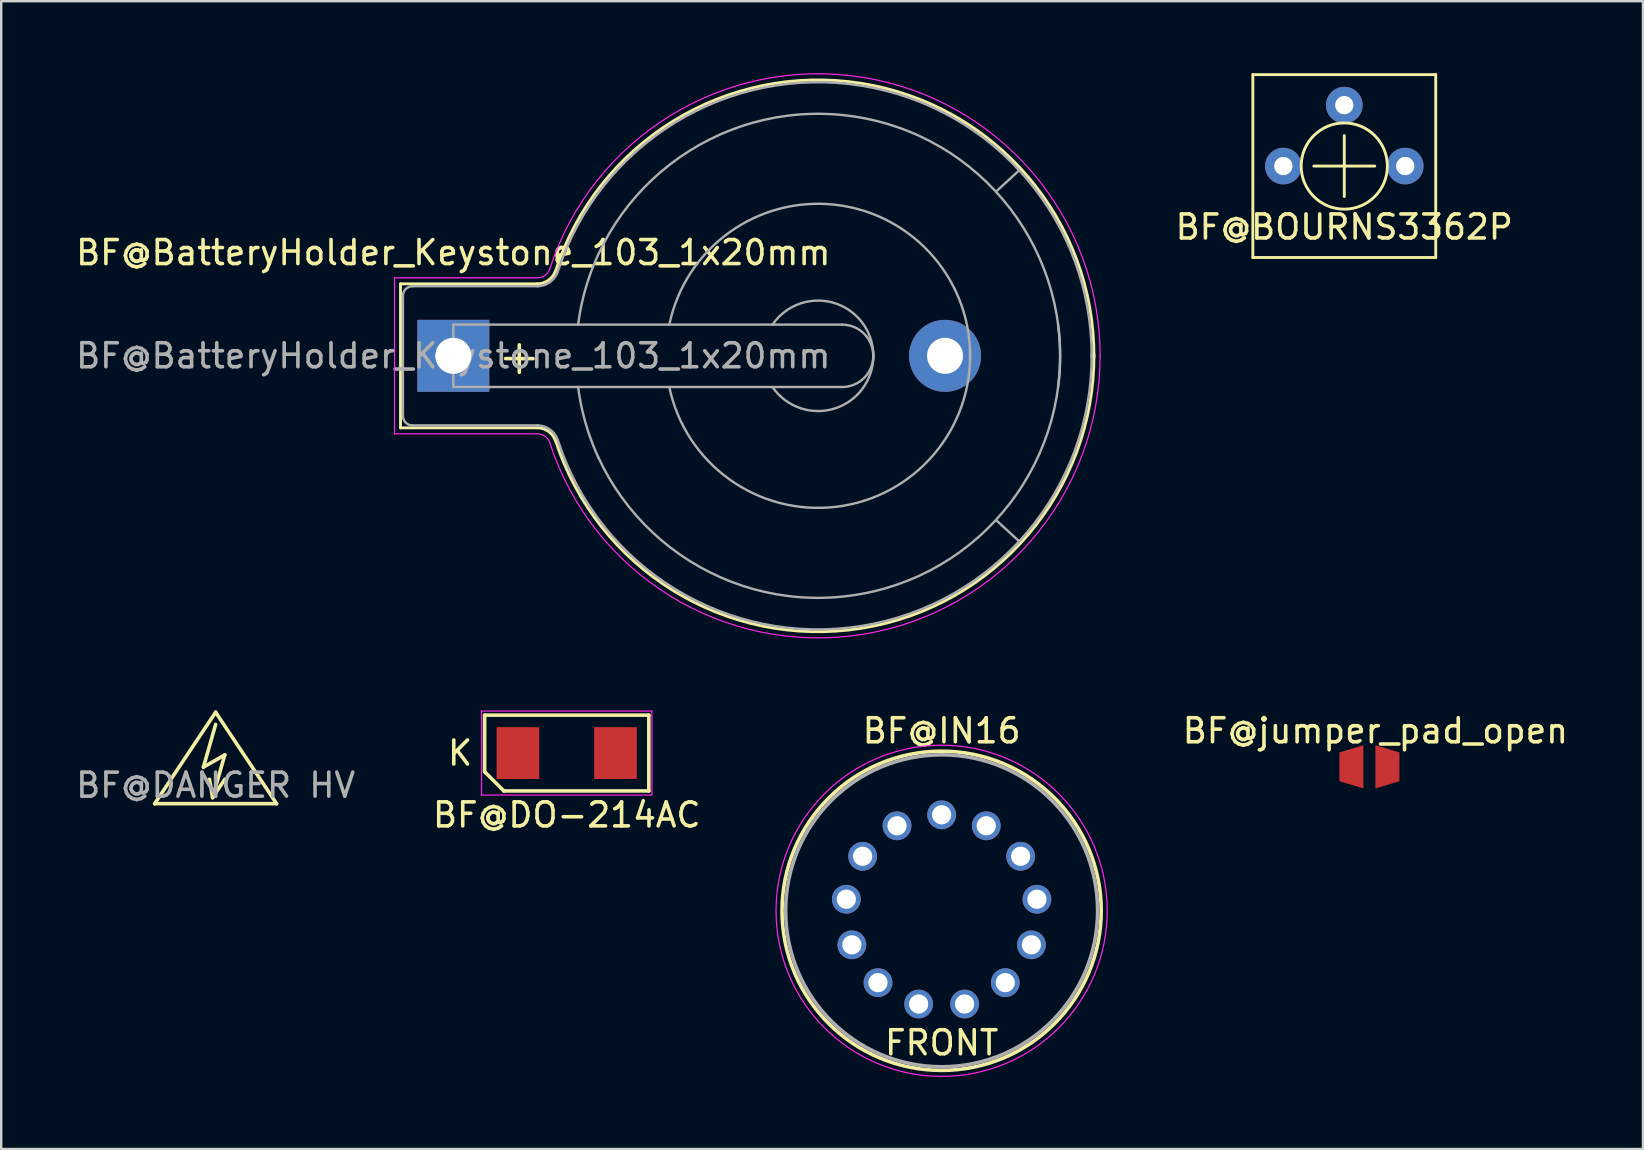
<source format=kicad_pcb>
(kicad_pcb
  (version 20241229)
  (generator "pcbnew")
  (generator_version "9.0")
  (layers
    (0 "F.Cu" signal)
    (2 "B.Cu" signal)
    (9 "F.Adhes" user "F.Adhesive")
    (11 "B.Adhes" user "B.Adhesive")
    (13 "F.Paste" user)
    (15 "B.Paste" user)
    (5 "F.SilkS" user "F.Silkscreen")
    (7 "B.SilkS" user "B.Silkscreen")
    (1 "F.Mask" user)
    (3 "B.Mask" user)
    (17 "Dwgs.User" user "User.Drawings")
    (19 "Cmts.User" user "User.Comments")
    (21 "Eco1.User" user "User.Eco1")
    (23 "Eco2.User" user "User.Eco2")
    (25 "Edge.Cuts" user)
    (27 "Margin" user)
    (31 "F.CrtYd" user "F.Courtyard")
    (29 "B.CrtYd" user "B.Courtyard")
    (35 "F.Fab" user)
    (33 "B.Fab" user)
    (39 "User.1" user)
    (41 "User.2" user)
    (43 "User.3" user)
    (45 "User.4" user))
  (footprint "BF@IN16"
    (layer "F.Cu")
    (at 36.187 34.902)
    (property "Reference" "BF@IN16" (at 0 -7.5 0) (layer "F.SilkS") (effects (font (size 1 1) (thickness 0.15))))
    (attr through_hole)
    (fp_circle (center 0 0) (end 0 6.65) (stroke (width 0.15) (type solid)) (fill no) (layer "F.SilkS"))
    (fp_circle (center 0 0) (end 0 6.9) (stroke (width 0.05) (type solid)) (fill no) (layer "F.CrtYd"))
    (fp_circle (center 0 0) (end 0 6.5) (stroke (width 0.15) (type solid)) (fill no) (layer "F.Fab"))
    (fp_text user "FRONT" (at 0 5.5 0) (layer "F.SilkS") (effects (font (size 1 1) (thickness 0.15))))
    (pad "1" thru_hole oval (at 0 -4) (size 1.2 1.2) (drill 0.8) (layers "*.Cu" "*.Mask"))
    (pad "2" thru_hole oval (at -1.859 -3.542) (size 1.2 1.2) (drill 0.8) (layers "*.Cu" "*.Mask"))
    (pad "3" thru_hole oval (at -3.292 -2.272) (size 1.2 1.2) (drill 0.8) (layers "*.Cu" "*.Mask"))
    (pad "4" thru_hole oval (at -3.971 -0.482) (size 1.2 1.2) (drill 0.8) (layers "*.Cu" "*.Mask"))
    (pad "5" thru_hole oval (at -3.74 1.418) (size 1.2 1.2) (drill 0.8) (layers "*.Cu" "*.Mask"))
    (pad "6" thru_hole oval (at -2.652 2.994) (size 1.2 1.2) (drill 0.8) (layers "*.Cu" "*.Mask"))
    (pad "7" thru_hole oval (at -0.957 3.884) (size 1.2 1.2) (drill 0.8) (layers "*.Cu" "*.Mask"))
    (pad "8" thru_hole oval (at 0.957 3.884) (size 1.2 1.2) (drill 0.8) (layers "*.Cu" "*.Mask"))
    (pad "9" thru_hole oval (at 2.652 2.994) (size 1.2 1.2) (drill 0.8) (layers "*.Cu" "*.Mask"))
    (pad "10" thru_hole oval (at 3.74 1.418) (size 1.2 1.2) (drill 0.8) (layers "*.Cu" "*.Mask"))
    (pad "11" thru_hole oval (at 3.971 -0.482) (size 1.2 1.2) (drill 0.8) (layers "*.Cu" "*.Mask"))
    (pad "12" thru_hole oval (at 3.292 -2.272) (size 1.2 1.2) (drill 0.8) (layers "*.Cu" "*.Mask"))
    (pad "13" thru_hole oval (at 1.859 -3.542) (size 1.2 1.2) (drill 0.8) (layers "*.Cu" "*.Mask")))
  (footprint "BF@DANGER HV"
    (layer "F.Cu")
    (at 5.935 29.169)
    (property "Reference" "BF@DANGER HV" (at 0 0.5 0) (layer "F.Fab") (effects (font (size 1 1) (thickness 0.15))))
    (attr through_hole)
    (fp_line (start -2.54 1.27) (end 2.54 1.27) (stroke (width 0.15) (type solid)) (layer "F.SilkS"))
    (fp_line (start -0.508 -0.254) (end 0.381 -0.762) (stroke (width 0.15) (type solid)) (layer "F.SilkS"))
    (fp_line (start -0.127 1.016) (end -0.254 0.254) (stroke (width 0.15) (type solid)) (layer "F.SilkS"))
    (fp_line (start -0.127 1.016) (end 0.381 0.254) (stroke (width 0.15) (type solid)) (layer "F.SilkS"))
    (fp_line (start 0 -2.54) (end -2.54 1.27) (stroke (width 0.15) (type solid)) (layer "F.SilkS"))
    (fp_line (start 0 -2.032) (end -0.508 -0.254) (stroke (width 0.15) (type solid)) (layer "F.SilkS"))
    (fp_line (start 0.381 -0.762) (end -0.127 1.016) (stroke (width 0.15) (type solid)) (layer "F.SilkS"))
    (fp_line (start 2.54 1.27) (end 0 -2.54) (stroke (width 0.15) (type solid)) (layer "F.SilkS")))
  (footprint "BF@BOURNS3362P"
    (layer "F.Cu")
    (at 52.965 3.87)
    (property "Reference" "BF@BOURNS3362P" (at 0 2.54 0) (layer "F.SilkS") (effects (font (size 1 1) (thickness 0.15))))
    (attr through_hole)
    (fp_line (start -3.81 -3.81) (end -3.81 3.81) (stroke (width 0.12) (type solid)) (layer "F.SilkS"))
    (fp_line (start -3.81 -3.81) (end 3.81 -3.81) (stroke (width 0.12) (type solid)) (layer "F.SilkS"))
    (fp_line (start -1.27 0) (end 1.27 0) (stroke (width 0.12) (type solid)) (layer "F.SilkS"))
    (fp_line (start 0 -1.27) (end 0 1.27) (stroke (width 0.12) (type solid)) (layer "F.SilkS"))
    (fp_line (start 3.81 3.81) (end -3.81 3.81) (stroke (width 0.12) (type solid)) (layer "F.SilkS"))
    (fp_line (start 3.81 3.81) (end 3.81 -3.81) (stroke (width 0.12) (type solid)) (layer "F.SilkS"))
    (fp_circle (center 0 0) (end 1.27 -1.27) (stroke (width 0.12) (type solid)) (fill no) (layer "F.SilkS"))
    (pad "1" thru_hole circle (at -2.54 0) (size 1.524 1.524) (drill 0.762) (layers "*.Cu" "*.Mask"))
    (pad "2" thru_hole circle (at 0 -2.54) (size 1.524 1.524) (drill 0.762) (layers "*.Cu" "*.Mask"))
    (pad "3" thru_hole circle (at 2.54 0) (size 1.524 1.524) (drill 0.762) (layers "*.Cu" "*.Mask")))
  (footprint "BF@DO-214AC"
    (layer "F.Cu")
    (at 20.565 28.329)
    (property "Reference" "BF@DO-214AC" (at 0 2.579 0) (layer "F.SilkS") (effects (font (size 1 1) (thickness 0.15))))
    (attr smd)
    (fp_line (start -3.421 -1.579) (end 3.421 -1.579) (stroke (width 0.15) (type solid)) (layer "F.SilkS"))
    (fp_line (start -3.421 0.779) (end -3.421 -1.579) (stroke (width 0.15) (type solid)) (layer "F.SilkS"))
    (fp_line (start -2.621 1.579) (end -3.421 0.779) (stroke (width 0.15) (type solid)) (layer "F.SilkS"))
    (fp_line (start 3.421 -1.579) (end 3.421 1.579) (stroke (width 0.15) (type solid)) (layer "F.SilkS"))
    (fp_line (start 3.421 1.579) (end -2.621 1.579) (stroke (width 0.15) (type solid)) (layer "F.SilkS"))
    (fp_line (start -3.55 -1.75) (end 3.55 -1.75) (stroke (width 0.05) (type solid)) (layer "F.CrtYd"))
    (fp_line (start -3.55 1.75) (end -3.55 -1.75) (stroke (width 0.05) (type solid)) (layer "F.CrtYd"))
    (fp_line (start 3.55 -1.75) (end 3.55 1.75) (stroke (width 0.05) (type solid)) (layer "F.CrtYd"))
    (fp_line (start 3.55 1.75) (end -3.55 1.75) (stroke (width 0.05) (type solid)) (layer "F.CrtYd"))
    (fp_text user "K" (at -4.445 0 0) (layer "F.SilkS") (effects (font (size 1 1) (thickness 0.15))))
    (pad "1" smd rect (at -2.032 0) (size 1.778 2.159) (layers "F.Cu" "F.Mask" "F.Paste"))
    (pad "2" smd rect (at 2.032 0) (size 1.778 2.159) (layers "F.Cu" "F.Mask" "F.Paste")))
  (footprint "BF@jumper_pad_open"
    (layer "F.Cu")
    (at 53.761 28.902)
    (property "Reference" "BF@jumper_pad_open" (at 0.5 -1.5 0) (layer "F.SilkS") (effects (font (size 1 1) (thickness 0.15))))
    (attr through_hole)
    (pad "1" smd trapezoid (at -0.5 0) (size 1 1.5) (rect_delta -0.3 0) (layers "F.Cu" "F.Mask" "F.Paste"))
    (pad "2" smd trapezoid (at 1 0) (size 1 1.5) (rect_delta 0.3 0) (layers "F.Cu" "F.Mask" "F.Paste")))
  (footprint "BF@BatteryHolder_Keystone_103_1x20mm"
    (layer "F.Cu")
    (at 15.839 11.777)
    (property "Reference" "BF@BatteryHolder_Keystone_103_1x20mm" (at 0 -4.3 0) (layer "F.SilkS") (effects (font (size 1 1) (thickness 0.15))))
    (attr through_hole)
    (fp_line (start -2.2 -3) (end 3.5 -3) (stroke (width 0.12) (type solid)) (layer "F.SilkS"))
    (fp_line (start -2.2 3) (end -2.2 -3) (stroke (width 0.12) (type solid)) (layer "F.SilkS"))
    (fp_line (start -2.2 3) (end 3.5 3) (stroke (width 0.12) (type solid)) (layer "F.SilkS"))
    (fp_arc (start 3.5 3) (mid 3.958861 3.144678) (end 4.251754 3.526384) (stroke (width 0.12) (type solid)) (layer "F.SilkS"))
    (fp_arc (start 4.25 -3.5) (mid 16.993514 -11.35499) (end 26.695671 0.045281) (stroke (width 0.12) (type solid)) (layer "F.SilkS"))
    (fp_arc (start 4.251754 -3.526384) (mid 3.958861 -3.144678) (end 3.5 -3) (stroke (width 0.12) (type solid)) (layer "F.SilkS"))
    (fp_arc (start 26.695671 -0.045281) (mid 16.993514 11.35499) (end 4.25 3.5) (stroke (width 0.12) (type solid)) (layer "F.SilkS"))
    (fp_line (start -2.45 -3.25) (end 3.5 -3.25) (stroke (width 0.05) (type solid)) (layer "F.CrtYd"))
    (fp_line (start -2.45 3.25) (end -2.45 -3.25) (stroke (width 0.05) (type solid)) (layer "F.CrtYd"))
    (fp_line (start -2.45 3.25) (end 3.5 3.25) (stroke (width 0.05) (type solid)) (layer "F.CrtYd"))
    (fp_arc (start 3.5 3.25) (mid 3.815467 3.349466) (end 4.016831 3.611889) (stroke (width 0.05) (type solid)) (layer "F.CrtYd"))
    (fp_arc (start 4.016831 -3.611889) (mid 3.815467 -3.349466) (end 3.5 -3.25) (stroke (width 0.05) (type solid)) (layer "F.CrtYd"))
    (fp_arc (start 4.016831 -3.611889) (mid 17.028202 -11.608906) (end 26.951979 0) (stroke (width 0.05) (type solid)) (layer "F.CrtYd"))
    (fp_arc (start 26.951979 0) (mid 17.028202 11.608906) (end 4.016831 3.611889) (stroke (width 0.05) (type solid)) (layer "F.CrtYd"))
    (fp_line (start -2.1 -2.5) (end -2.1 2.5) (stroke (width 0.1) (type solid)) (layer "F.Fab"))
    (fp_line (start -1.7 2.9) (end 3.531 2.9) (stroke (width 0.1) (type solid)) (layer "F.Fab"))
    (fp_line (start 0 -1.3) (end 0 1.3) (stroke (width 0.1) (type solid)) (layer "F.Fab"))
    (fp_line (start 0 1.3) (end 16.2 1.3) (stroke (width 0.1) (type solid)) (layer "F.Fab"))
    (fp_line (start 3.531 -2.9) (end -1.7 -2.9) (stroke (width 0.1) (type solid)) (layer "F.Fab"))
    (fp_line (start 16.2 -1.3) (end 0 -1.3) (stroke (width 0.1) (type solid)) (layer "F.Fab"))
    (fp_line (start 23.571 -7.722) (end 22.631 -6.858) (stroke (width 0.1) (type solid)) (layer "F.Fab"))
    (fp_line (start 23.571 7.722) (end 22.657 6.883) (stroke (width 0.1) (type solid)) (layer "F.Fab"))
    (fp_arc (start -2.1 -2.5) (mid -1.982843 -2.782843) (end -1.7 -2.9) (stroke (width 0.1) (type solid)) (layer "F.Fab"))
    (fp_arc (start -1.7 2.9) (mid -1.982843 2.782843) (end -2.1 2.5) (stroke (width 0.1) (type solid)) (layer "F.Fab"))
    (fp_arc (start 3.5 2.9) (mid 4.016219 3.062763) (end 4.345723 3.492182) (stroke (width 0.1) (type solid)) (layer "F.Fab"))
    (fp_arc (start 4.345723 -3.492182) (mid 4.016219 -3.062763) (end 3.5 -2.9) (stroke (width 0.1) (type solid)) (layer "F.Fab"))
    (fp_arc (start 4.35 -3.5) (mid 17.008726 -11.256154) (end 26.600299 0.075351) (stroke (width 0.1) (type solid)) (layer "F.Fab"))
    (fp_arc (start 5.2 -1.3) (mid 16.5 -10) (end 25.2 1.3) (stroke (width 0.1) (type solid)) (layer "F.Fab"))
    (fp_arc (start 9 -1.3) (mid 15.954687 -6.28971) (end 21.531551 0.203631) (stroke (width 0.1) (type solid)) (layer "F.Fab"))
    (fp_arc (start 13.3 -1.3) (mid 15.963947 -2.171724) (end 17.495448 0.175833) (stroke (width 0.1) (type solid)) (layer "F.Fab"))
    (fp_arc (start 16.2 -1.3) (mid 17.5 0) (end 16.2 1.3) (stroke (width 0.1) (type solid)) (layer "F.Fab"))
    (fp_arc (start 17.495448 -0.175833) (mid 15.963947 2.171724) (end 13.3 1.3) (stroke (width 0.1) (type solid)) (layer "F.Fab"))
    (fp_arc (start 21.531551 -0.203631) (mid 15.954687 6.28971) (end 9 1.3) (stroke (width 0.1) (type solid)) (layer "F.Fab"))
    (fp_arc (start 25.2 -1.3) (mid 16.5 10) (end 5.2 1.3) (stroke (width 0.1) (type solid)) (layer "F.Fab"))
    (fp_arc (start 26.600299 -0.075351) (mid 17.008726 11.256154) (end 4.35 3.5) (stroke (width 0.1) (type solid)) (layer "F.Fab"))
    (fp_text user "+" (at 2.75 0 0) (layer "F.SilkS") (effects (font (size 1.5 1.5) (thickness 0.15))))
    (fp_text user "${REFERENCE}" (at 0 0 0) (layer "F.Fab") (effects (font (size 1 1) (thickness 0.15))))
    (pad "1" thru_hole rect (at 0 0) (size 3 3) (drill 1.5) (layers "*.Cu" "*.Mask"))
    (pad "2" thru_hole circle (at 20.49 0) (size 3 3) (drill 1.5) (layers "*.Cu" "*.Mask")))
  (gr_rect
    (start -3 -3)
    (end 65.41 44.827)
    (stroke (width 0.1) (type default))
    (fill no)
    (layer "Edge.Cuts")))
</source>
